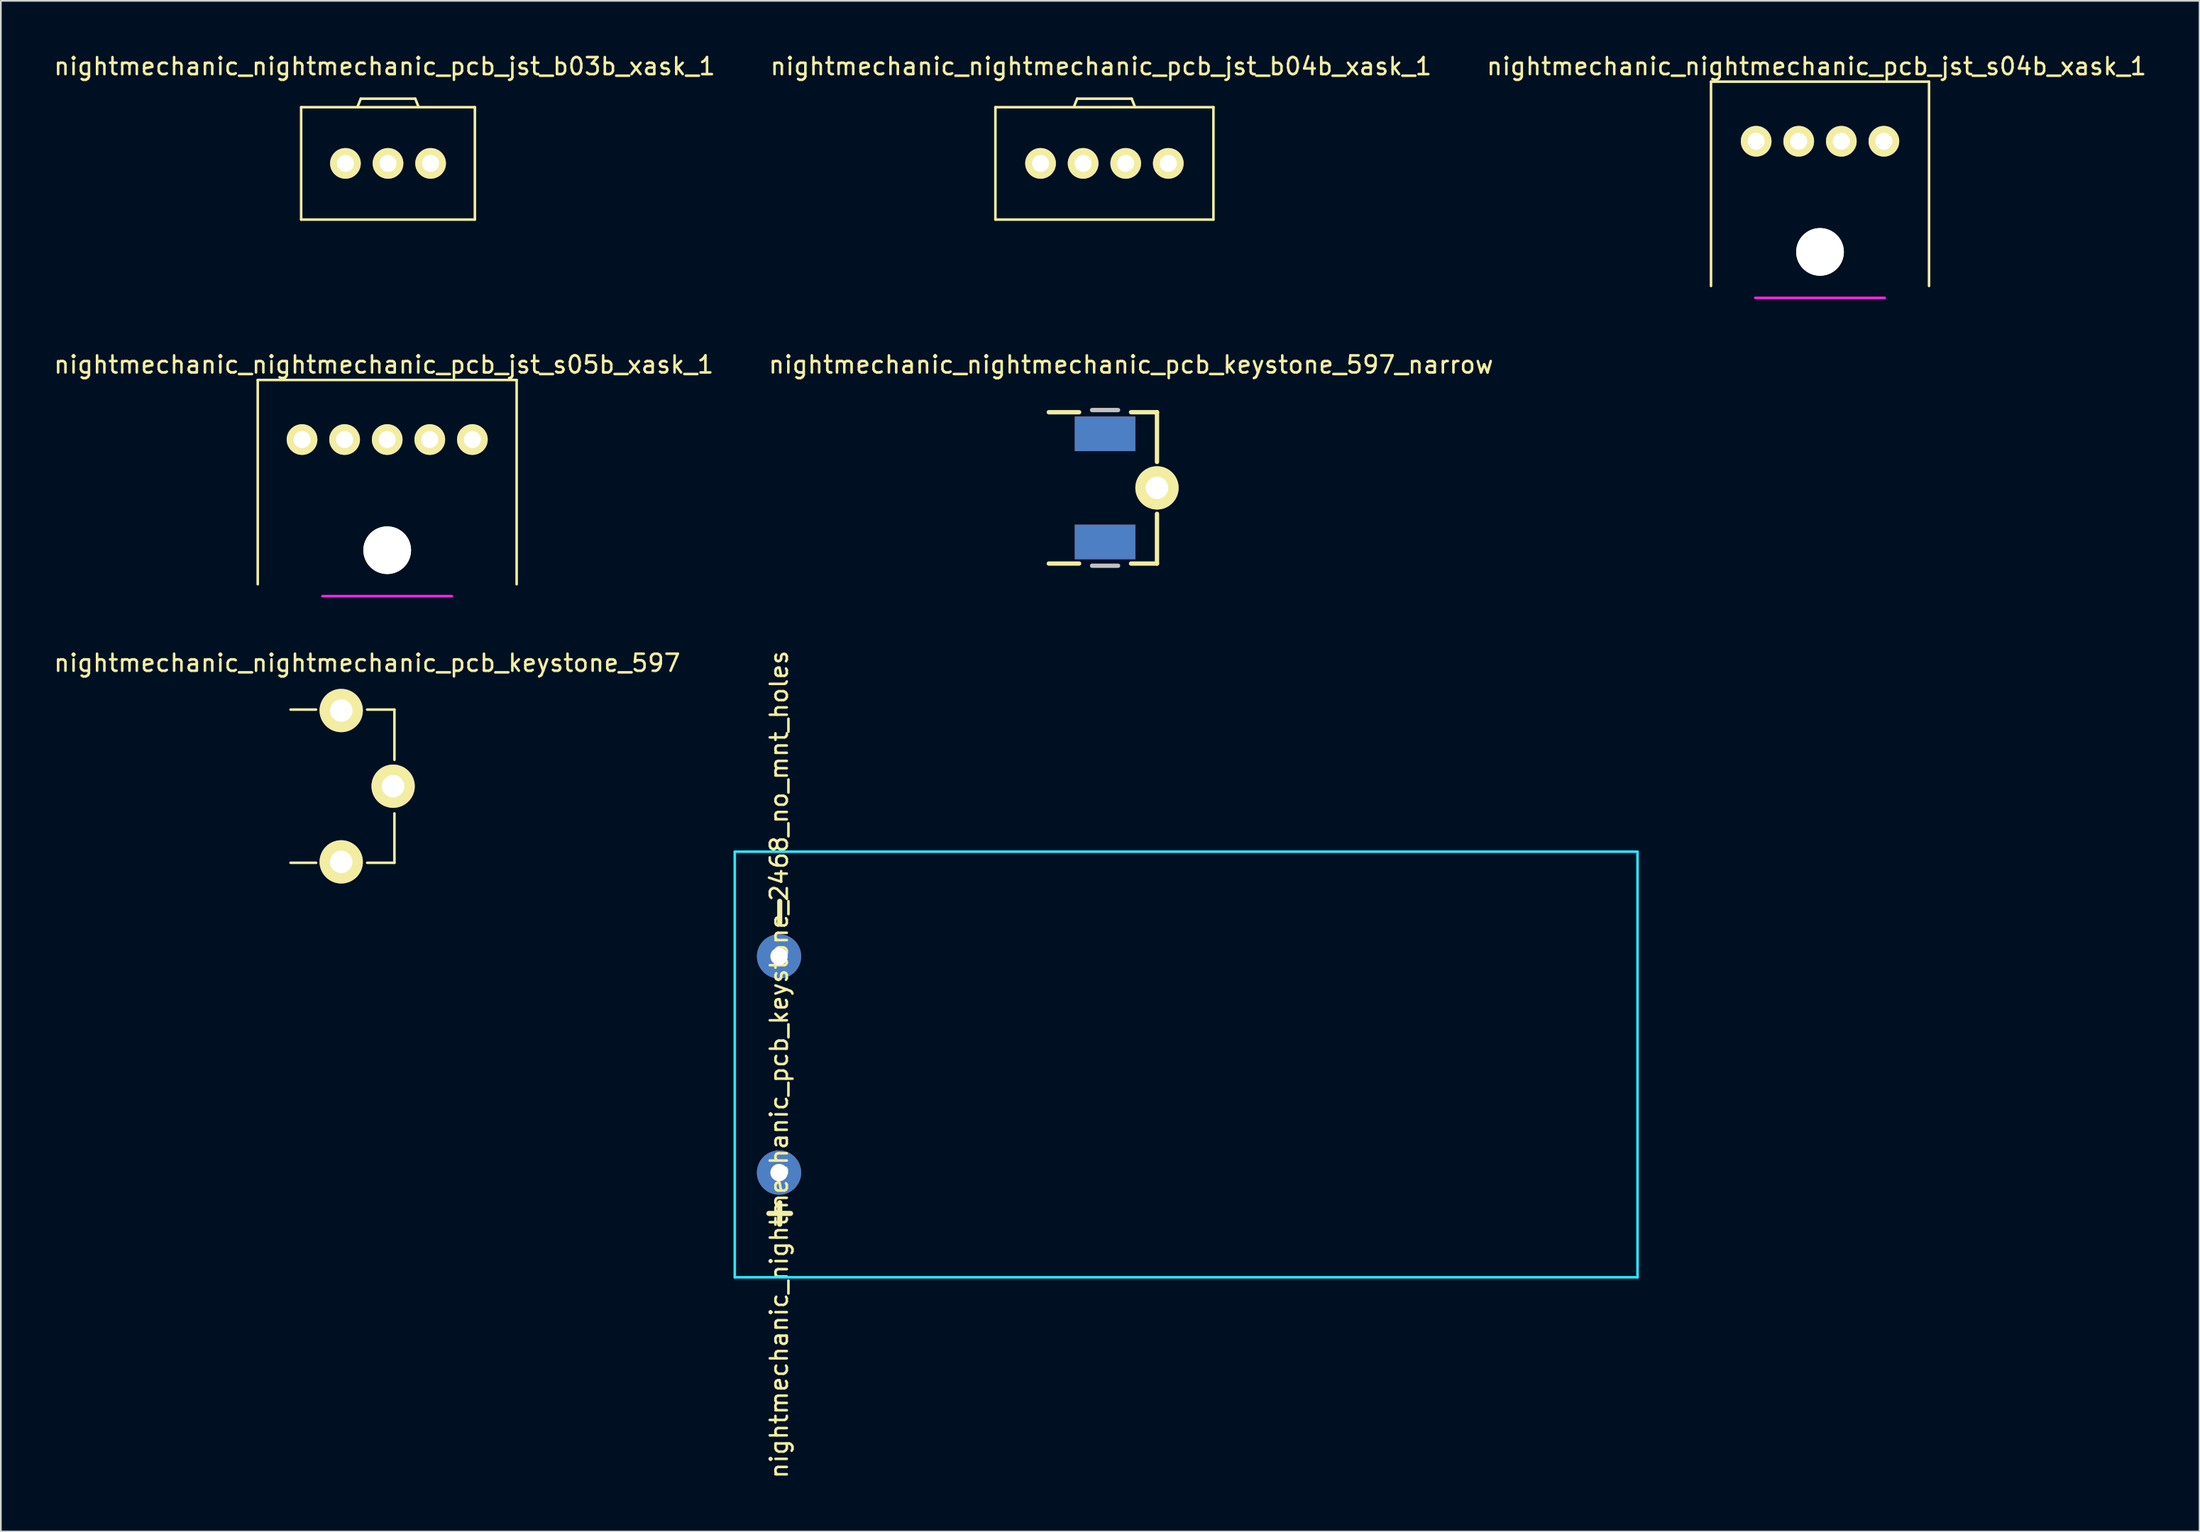
<source format=kicad_pcb>
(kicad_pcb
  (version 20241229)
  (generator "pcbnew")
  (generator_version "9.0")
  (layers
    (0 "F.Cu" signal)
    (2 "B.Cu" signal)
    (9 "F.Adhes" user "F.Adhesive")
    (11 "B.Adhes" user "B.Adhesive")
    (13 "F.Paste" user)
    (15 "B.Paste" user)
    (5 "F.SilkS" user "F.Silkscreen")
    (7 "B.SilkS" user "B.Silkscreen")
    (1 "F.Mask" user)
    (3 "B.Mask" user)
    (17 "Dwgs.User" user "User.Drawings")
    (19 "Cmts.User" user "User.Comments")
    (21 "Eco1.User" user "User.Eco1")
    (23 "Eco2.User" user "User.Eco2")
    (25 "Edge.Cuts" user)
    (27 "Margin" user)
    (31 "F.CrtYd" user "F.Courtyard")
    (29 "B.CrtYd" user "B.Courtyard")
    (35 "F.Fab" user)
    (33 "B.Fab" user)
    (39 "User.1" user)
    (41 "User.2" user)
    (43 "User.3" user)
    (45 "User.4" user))
  (footprint "nightmechanic_nightmechanic_pcb_keystone_597_narrow"
    (layer "F.Cu")
    (at 63.351 25.61)
    (property "Reference" "nightmechanic_nightmechanic_pcb_keystone_597_narrow" (at 0 -7.239 0) (layer "F.SilkS") (effects (font (size 1 1) (thickness 0.15))))
    (attr through_hole)
    (fp_line (start -4.826 -4.445) (end -3.048 -4.445) (stroke (width 0.254) (type solid)) (layer "F.SilkS"))
    (fp_line (start -3.048 4.445) (end -4.826 4.445) (stroke (width 0.254) (type solid)) (layer "F.SilkS"))
    (fp_line (start 0 -4.445) (end 1.524 -4.445) (stroke (width 0.254) (type solid)) (layer "F.SilkS"))
    (fp_line (start 1.524 -4.445) (end 1.524 -1.524) (stroke (width 0.254) (type solid)) (layer "F.SilkS"))
    (fp_line (start 1.524 1.524) (end 1.524 4.445) (stroke (width 0.254) (type solid)) (layer "F.SilkS"))
    (fp_line (start 1.524 4.445) (end 0 4.445) (stroke (width 0.254) (type solid)) (layer "F.SilkS"))
    (fp_line (start -2.286 -4.572) (end -0.762 -4.572) (stroke (width 0.254) (type solid)) (layer "Dwgs.User"))
    (fp_line (start -2.286 4.572) (end -0.762 4.572) (stroke (width 0.254) (type solid)) (layer "Dwgs.User"))
    (pad "1" smd rect (at -1.524 -3.175) (size 3.556 2.032) (layers "*.Cu" "*.Mask"))
    (pad "2" thru_hole circle (at 1.524 0) (size 2.54 2.54) (drill 1.321) (layers "*.Cu" "*.Mask" "F.SilkS"))
    (pad "3" smd rect (at -1.524 3.175) (size 3.556 2.032) (layers "*.Cu" "*.Mask")))
  (footprint "nightmechanic_nightmechanic_pcb_keystone_597"
    (layer "F.Cu")
    (at 18.506 43.134)
    (property "Reference" "nightmechanic_nightmechanic_pcb_keystone_597" (at 0 -7.239 0) (layer "F.SilkS") (effects (font (size 1 1) (thickness 0.15))))
    (attr through_hole)
    (fp_line (start -4.5 -4.5) (end -3 -4.5) (stroke (width 0.15) (type solid)) (layer "F.SilkS"))
    (fp_line (start -3 4.5) (end -4.5 4.5) (stroke (width 0.15) (type solid)) (layer "F.SilkS"))
    (fp_line (start 0 -4.5) (end 1.6 -4.5) (stroke (width 0.15) (type solid)) (layer "F.SilkS"))
    (fp_line (start 1.6 -4.5) (end 1.6 -1.55) (stroke (width 0.15) (type solid)) (layer "F.SilkS"))
    (fp_line (start 1.6 1.6) (end 1.6 4.5) (stroke (width 0.15) (type solid)) (layer "F.SilkS"))
    (fp_line (start 1.6 4.5) (end 0 4.5) (stroke (width 0.15) (type solid)) (layer "F.SilkS"))
    (pad "1" thru_hole circle (at -1.524 -4.445) (size 2.54 2.54) (drill 1.321) (layers "*.Cu" "*.Mask" "F.SilkS"))
    (pad "2" thru_hole circle (at 1.524 0) (size 2.54 2.54) (drill 1.321) (layers "*.Cu" "*.Mask" "F.SilkS"))
    (pad "3" thru_hole circle (at -1.524 4.445) (size 2.54 2.54) (drill 1.321) (layers "*.Cu" "*.Mask" "F.SilkS")))
  (footprint "nightmechanic_nightmechanic_pcb_jst_s04b_xask_1"
    (layer "F.Cu")
    (at 103.801 5.248)
    (property "Reference" "nightmechanic_nightmechanic_pcb_jst_s04b_xask_1" (at -0.2 -4.4 0) (layer "F.SilkS") (effects (font (size 1 1) (thickness 0.15))))
    (attr through_hole)
    (fp_line (start -6.4 -3.5) (end -6.4 8.5) (stroke (width 0.15) (type solid)) (layer "F.SilkS"))
    (fp_line (start 6.4 -3.5) (end -6.4 -3.5) (stroke (width 0.15) (type solid)) (layer "F.SilkS"))
    (fp_line (start 6.4 8.5) (end 6.4 -3.5) (stroke (width 0.15) (type solid)) (layer "F.SilkS"))
    (fp_line (start -3.8 9.2) (end 3.8 9.2) (stroke (width 0.15) (type solid)) (layer "F.CrtYd"))
    (pad "" np_thru_hole circle (at 0 6.5) (size 2.8 2.8) (drill 2.8) (layers "*.Cu" "*.Mask" "F.SilkS"))
    (pad "1" thru_hole circle (at -3.75 0) (size 1.8 1.8) (drill 1) (layers "*.Cu" "*.Mask" "F.SilkS"))
    (pad "2" thru_hole circle (at -1.25 0) (size 1.8 1.8) (drill 1) (layers "*.Cu" "*.Mask" "F.SilkS"))
    (pad "3" thru_hole circle (at 1.25 0) (size 1.8 1.8) (drill 1) (layers "*.Cu" "*.Mask" "F.SilkS"))
    (pad "4" thru_hole circle (at 3.75 0) (size 1.8 1.8) (drill 1) (layers "*.Cu" "*.Mask" "F.SilkS")))
  (footprint "nightmechanic_nightmechanic_pcb_jst_b04b_xask_1"
    (layer "F.Cu")
    (at 61.789 6.548)
    (property "Reference" "nightmechanic_nightmechanic_pcb_jst_b04b_xask_1" (at -0.2 -5.7 0) (layer "F.SilkS") (effects (font (size 1 1) (thickness 0.15))))
    (attr through_hole)
    (fp_line (start -6.4 -3.3) (end -6.4 3.3) (stroke (width 0.15) (type solid)) (layer "F.SilkS"))
    (fp_line (start -6.4 3.3) (end 6.4 3.3) (stroke (width 0.15) (type solid)) (layer "F.SilkS"))
    (fp_line (start -1.8 -3.3) (end -1.6 -3.8) (stroke (width 0.15) (type solid)) (layer "F.SilkS"))
    (fp_line (start -1.6 -3.8) (end 1.6 -3.8) (stroke (width 0.15) (type solid)) (layer "F.SilkS"))
    (fp_line (start 1.6 -3.8) (end 1.8 -3.3) (stroke (width 0.15) (type solid)) (layer "F.SilkS"))
    (fp_line (start 6.4 -3.3) (end -6.4 -3.3) (stroke (width 0.15) (type solid)) (layer "F.SilkS"))
    (fp_line (start 6.4 3.3) (end 6.4 -3.3) (stroke (width 0.15) (type solid)) (layer "F.SilkS"))
    (pad "1" thru_hole circle (at -3.75 0) (size 1.8 1.8) (drill 1) (layers "*.Cu" "*.Mask" "F.SilkS"))
    (pad "2" thru_hole circle (at -1.25 0) (size 1.8 1.8) (drill 1) (layers "*.Cu" "*.Mask" "F.SilkS"))
    (pad "3" thru_hole circle (at 1.25 0) (size 1.8 1.8) (drill 1) (layers "*.Cu" "*.Mask" "F.SilkS"))
    (pad "4" thru_hole circle (at 3.75 0) (size 1.8 1.8) (drill 1) (layers "*.Cu" "*.Mask" "F.SilkS")))
  (footprint "nightmechanic_nightmechanic_pcb_keystone_2468_no_mnt_holes"
    (layer "F.Cu")
    (at 42.687 59.481)
    (property "Reference" "nightmechanic_nightmechanic_pcb_keystone_2468_no_mnt_holes" (at 0 0 90) (layer "F.SilkS") (effects (font (size 1 1) (thickness 0.15))))
    (attr through_hole)
    (fp_line (start -0.595 8.75) (end 0.675 8.75) (stroke (width 0.3) (type solid)) (layer "F.SilkS"))
    (fp_line (start 0.04 -9.585) (end 0.04 -8.315) (stroke (width 0.3) (type solid)) (layer "F.SilkS"))
    (fp_line (start 0.04 8.115) (end 0.04 9.385) (stroke (width 0.3) (type solid)) (layer "F.SilkS"))
    (fp_line (start -2.6 -12.5) (end -2.6 12.5) (stroke (width 0.15) (type solid)) (layer "B.CrtYd"))
    (fp_line (start -2.6 12.5) (end 50.4 12.5) (stroke (width 0.15) (type solid)) (layer "B.CrtYd"))
    (fp_line (start 50.4 -12.5) (end -2.6 -12.5) (stroke (width 0.15) (type solid)) (layer "B.CrtYd"))
    (fp_line (start 50.4 12.5) (end 50.4 -12.5) (stroke (width 0.15) (type solid)) (layer "B.CrtYd"))
    (pad "1" thru_hole circle (at 0 6.35) (size 2.6 2.6) (drill 1.02) (layers "*.Cu" "*.Mask"))
    (pad "2" thru_hole circle (at 0 -6.35) (size 2.6 2.6) (drill 1.02) (layers "*.Cu" "*.Mask")))
  (footprint "nightmechanic_nightmechanic_pcb_jst_b03b_xask_1"
    (layer "F.Cu")
    (at 19.73 6.548)
    (property "Reference" "nightmechanic_nightmechanic_pcb_jst_b03b_xask_1" (at -0.2 -5.7 0) (layer "F.SilkS") (effects (font (size 1 1) (thickness 0.15))))
    (attr through_hole)
    (fp_line (start -5.1 -3.3) (end -5.1 3.3) (stroke (width 0.15) (type solid)) (layer "F.SilkS"))
    (fp_line (start -5.1 3.3) (end 5.1 3.3) (stroke (width 0.15) (type solid)) (layer "F.SilkS"))
    (fp_line (start -1.8 -3.3) (end -1.6 -3.8) (stroke (width 0.15) (type solid)) (layer "F.SilkS"))
    (fp_line (start -1.6 -3.8) (end 1.6 -3.8) (stroke (width 0.15) (type solid)) (layer "F.SilkS"))
    (fp_line (start 1.6 -3.8) (end 1.8 -3.3) (stroke (width 0.15) (type solid)) (layer "F.SilkS"))
    (fp_line (start 5.1 -3.3) (end -5.1 -3.3) (stroke (width 0.15) (type solid)) (layer "F.SilkS"))
    (fp_line (start 5.1 3.3) (end 5.1 -3.3) (stroke (width 0.15) (type solid)) (layer "F.SilkS"))
    (pad "1" thru_hole circle (at -2.5 0) (size 1.8 1.8) (drill 1) (layers "*.Cu" "*.Mask" "F.SilkS"))
    (pad "2" thru_hole circle (at 0 0) (size 1.8 1.8) (drill 1) (layers "*.Cu" "*.Mask" "F.SilkS"))
    (pad "3" thru_hole circle (at 2.5 0) (size 1.8 1.8) (drill 1) (layers "*.Cu" "*.Mask" "F.SilkS")))
  (footprint "nightmechanic_nightmechanic_pcb_jst_s05b_xask_1"
    (layer "F.Cu")
    (at 19.682 22.771)
    (property "Reference" "nightmechanic_nightmechanic_pcb_jst_s05b_xask_1" (at -0.2 -4.4 0) (layer "F.SilkS") (effects (font (size 1 1) (thickness 0.15))))
    (attr through_hole)
    (fp_line (start -7.6 -3.5) (end -7.6 8.5) (stroke (width 0.15) (type solid)) (layer "F.SilkS"))
    (fp_line (start 7.6 -3.5) (end -7.6 -3.5) (stroke (width 0.15) (type solid)) (layer "F.SilkS"))
    (fp_line (start 7.6 8.5) (end 7.6 -3.5) (stroke (width 0.15) (type solid)) (layer "F.SilkS"))
    (fp_line (start -3.8 9.2) (end 3.8 9.2) (stroke (width 0.15) (type solid)) (layer "F.CrtYd"))
    (pad "" np_thru_hole circle (at 0 6.5) (size 2.8 2.8) (drill 2.8) (layers "*.Cu" "*.Mask" "F.SilkS"))
    (pad "1" thru_hole circle (at -5 0) (size 1.8 1.8) (drill 1) (layers "*.Cu" "*.Mask" "F.SilkS"))
    (pad "2" thru_hole circle (at -2.5 0) (size 1.8 1.8) (drill 1) (layers "*.Cu" "*.Mask" "F.SilkS"))
    (pad "3" thru_hole circle (at 0 0) (size 1.8 1.8) (drill 1) (layers "*.Cu" "*.Mask" "F.SilkS"))
    (pad "4" thru_hole circle (at 2.5 0) (size 1.8 1.8) (drill 1) (layers "*.Cu" "*.Mask" "F.SilkS"))
    (pad "5" thru_hole circle (at 5 0) (size 1.8 1.8) (drill 1) (layers "*.Cu" "*.Mask" "F.SilkS")))
  (gr_rect
    (start -3 -3)
    (end 126.083 86.916)
    (stroke (width 0.1) (type default))
    (fill no)
    (layer "Edge.Cuts")))
</source>
